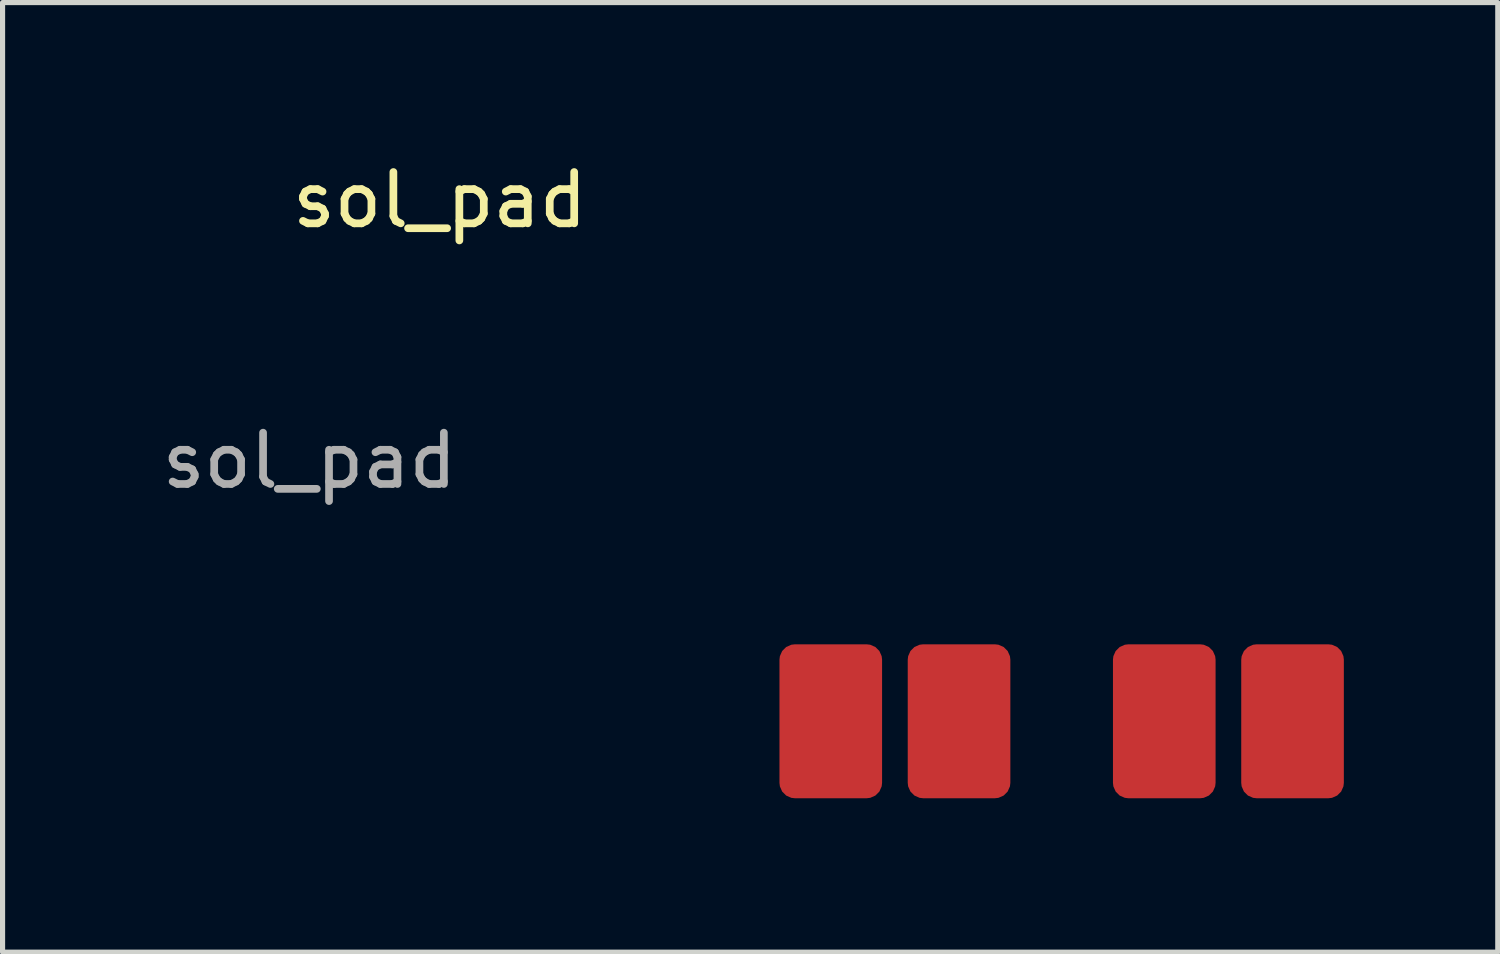
<source format=kicad_pcb>
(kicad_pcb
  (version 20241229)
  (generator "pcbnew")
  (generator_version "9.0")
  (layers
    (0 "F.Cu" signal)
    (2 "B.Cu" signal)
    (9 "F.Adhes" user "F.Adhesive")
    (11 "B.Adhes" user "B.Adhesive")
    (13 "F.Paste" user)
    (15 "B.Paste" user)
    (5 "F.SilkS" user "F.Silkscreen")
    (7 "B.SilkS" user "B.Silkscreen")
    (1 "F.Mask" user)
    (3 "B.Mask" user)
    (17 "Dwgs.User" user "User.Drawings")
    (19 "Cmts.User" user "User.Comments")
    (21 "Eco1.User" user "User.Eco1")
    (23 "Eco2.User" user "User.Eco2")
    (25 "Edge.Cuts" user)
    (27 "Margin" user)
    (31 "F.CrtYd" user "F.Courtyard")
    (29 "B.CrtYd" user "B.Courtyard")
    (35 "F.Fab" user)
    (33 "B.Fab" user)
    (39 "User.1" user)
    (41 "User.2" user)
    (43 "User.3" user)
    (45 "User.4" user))
  (footprint "sol_pad"
    (layer "F.Cu")
    (at 13.142 11.008)
    (property "Reference" "sol_pad" (at -7.62 -10.16 0) (unlocked yes) (layer "F.SilkS") (effects (font (size 1 1) (thickness 0.15))))
    (attr smd)
    (fp_text user "${REFERENCE}" (at -10.16 -5.08 0) (unlocked yes) (layer "F.Fab") (effects (font (size 1 1) (thickness 0.15))))
    (pad "1" smd roundrect (at 0 0) (size 2 3) (layers "F.Cu" "F.Mask" "F.Paste") (roundrect_rratio 0.15))
    (pad "2" smd roundrect (at 2.5 0) (size 2 3) (layers "F.Cu" "F.Mask" "F.Paste") (roundrect_rratio 0.15))
    (pad "3" smd roundrect (at 6.5 0) (size 2 3) (layers "F.Cu" "F.Mask" "F.Paste") (roundrect_rratio 0.15))
    (pad "4" smd roundrect (at 9 0) (size 2 3) (layers "F.Cu" "F.Mask" "F.Paste") (roundrect_rratio 0.15)))
  (gr_rect
    (start -3 -3)
    (end 26.142 15.508)
    (stroke (width 0.1) (type default))
    (fill no)
    (layer "Edge.Cuts")))
</source>
